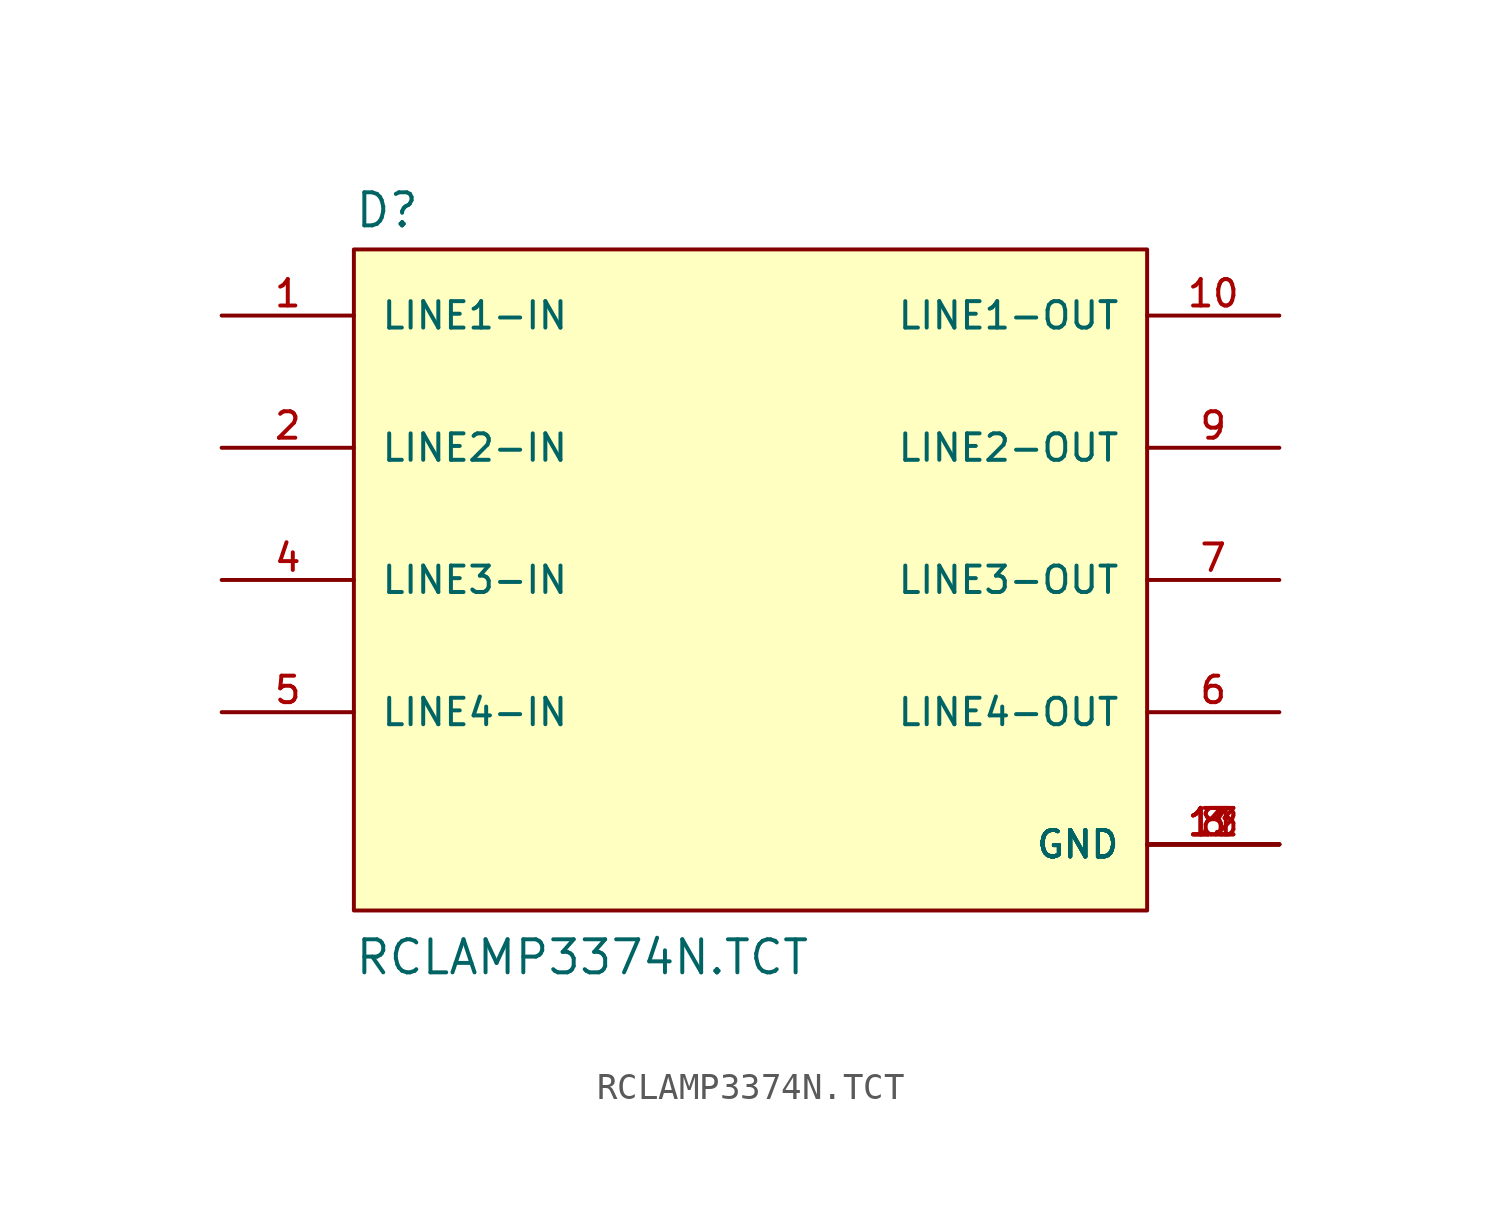
<source format=kicad_sym>
(kicad_symbol_lib
  (version 20211014)
  (generator kicad_symbol_editor)
  (symbol "RCLAMP3374N.TCT"
    (pin_names
      (offset 1.016))
    (property "Reference" "D"
      (at -15.24 13.462 0)
      (effects (font (size 1.27 1.27)) (justify bottom left)))
    (property "Value" "RCLAMP3374N.TCT"
      (at -15.24 -15.24 0)
      (effects (font (size 1.27 1.27)) (justify bottom left)))
    (symbol "RCLAMP3374N.TCT_0_0"
      (rectangle (start -15.24 -12.7) (end 15.24 12.7) (stroke (width 0.152)) (fill (type background)))
      (pin input line (at -20.32 10.16 0) (length 5.08) (name "LINE1-IN" (effects (font (size 1.016 1.016)))) (number "1" (effects (font (size 1.016 1.016)))))
      (pin input line (at -20.32 5.08 0) (length 5.08) (name "LINE2-IN" (effects (font (size 1.016 1.016)))) (number "2" (effects (font (size 1.016 1.016)))))
      (pin input line (at -20.32 0.0 0) (length 5.08) (name "LINE3-IN" (effects (font (size 1.016 1.016)))) (number "4" (effects (font (size 1.016 1.016)))))
      (pin input line (at -20.32 -5.08 0) (length 5.08) (name "LINE4-IN" (effects (font (size 1.016 1.016)))) (number "5" (effects (font (size 1.016 1.016)))))
      (pin output line (at 20.32 10.16 180.0) (length 5.08) (name "LINE1-OUT" (effects (font (size 1.016 1.016)))) (number "10" (effects (font (size 1.016 1.016)))))
      (pin output line (at 20.32 0.0 180.0) (length 5.08) (name "LINE3-OUT" (effects (font (size 1.016 1.016)))) (number "7" (effects (font (size 1.016 1.016)))))
      (pin output line (at 20.32 -5.08 180.0) (length 5.08) (name "LINE4-OUT" (effects (font (size 1.016 1.016)))) (number "6" (effects (font (size 1.016 1.016)))))
      (pin output line (at 20.32 5.08 180.0) (length 5.08) (name "LINE2-OUT" (effects (font (size 1.016 1.016)))) (number "9" (effects (font (size 1.016 1.016)))))
      (pin power_in line (at 20.32 -10.16 180.0) (length 5.08) (name "GND" (effects (font (size 1.016 1.016)))) (number "3" (effects (font (size 1.016 1.016)))))
      (pin power_in line (at 20.32 -10.16 180.0) (length 5.08) (name "GND" (effects (font (size 1.016 1.016)))) (number "8" (effects (font (size 1.016 1.016)))))
      (pin power_in line (at 20.32 -10.16 180.0) (length 5.08) (name "GND" (effects (font (size 1.016 1.016)))) (number "11" (effects (font (size 1.016 1.016)))))
      (pin power_in line (at 20.32 -10.16 180.0) (length 5.08) (name "GND" (effects (font (size 1.016 1.016)))) (number "12" (effects (font (size 1.016 1.016)))))
      (pin power_in line (at 20.32 -10.16 180.0) (length 5.08) (name "GND" (effects (font (size 1.016 1.016)))) (number "13" (effects (font (size 1.016 1.016))))))))
</source>
